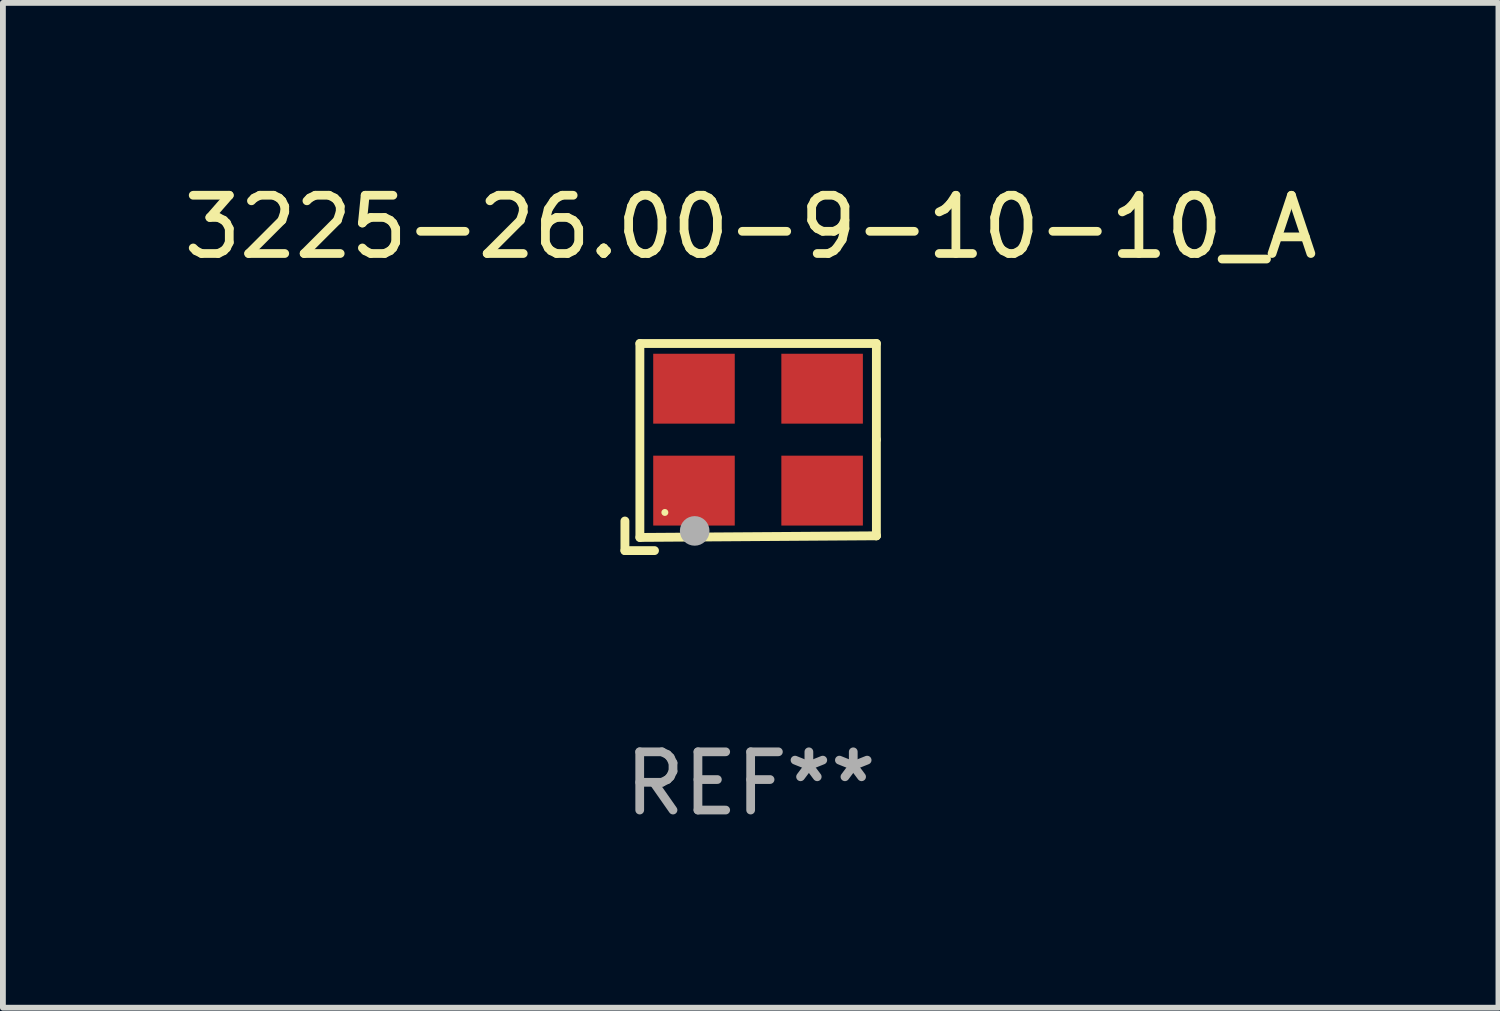
<source format=kicad_pcb>
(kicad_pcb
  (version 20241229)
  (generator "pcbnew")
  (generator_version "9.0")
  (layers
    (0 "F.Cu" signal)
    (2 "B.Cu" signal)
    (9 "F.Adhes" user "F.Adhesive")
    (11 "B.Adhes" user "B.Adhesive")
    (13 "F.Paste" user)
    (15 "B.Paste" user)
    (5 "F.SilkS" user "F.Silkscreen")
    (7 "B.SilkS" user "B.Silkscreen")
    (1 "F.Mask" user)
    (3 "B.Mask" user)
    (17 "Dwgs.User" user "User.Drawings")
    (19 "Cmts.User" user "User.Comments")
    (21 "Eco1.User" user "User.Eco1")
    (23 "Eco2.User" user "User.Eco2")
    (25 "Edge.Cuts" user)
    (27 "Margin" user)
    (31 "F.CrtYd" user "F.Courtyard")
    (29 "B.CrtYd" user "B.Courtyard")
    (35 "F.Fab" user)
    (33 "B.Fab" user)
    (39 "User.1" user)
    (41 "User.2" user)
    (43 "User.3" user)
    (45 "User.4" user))
  (footprint "3225-26.00-9-10-10_A"
    (layer "F.Cu")
    (at 9.839 4.626)
    (property "Reference" "3225-26.00-9-10-10_A" (at 0 -3.778 0) (layer "F.SilkS") (effects (font (size 1 1) (thickness 0.15))))
    (attr through_hole)
    (fp_line (start -2.159 1.27) (end -2.159 1.778) (stroke (width 0.152) (type solid)) (layer "F.SilkS"))
    (fp_line (start -2.159 1.778) (end -1.651 1.778) (stroke (width 0.152) (type solid)) (layer "F.SilkS"))
    (fp_line (start -1.902 -1.778) (end 2.159 -1.778) (stroke (width 0.152) (type solid)) (layer "F.SilkS"))
    (fp_line (start -1.902 1.552) (end -1.902 -1.778) (stroke (width 0.152) (type solid)) (layer "F.SilkS"))
    (fp_line (start 2.159 -1.778) (end 2.159 -0.127) (stroke (width 0.152) (type solid)) (layer "F.SilkS"))
    (fp_line (start 2.159 -0.127) (end 2.159 1.524) (stroke (width 0.152) (type solid)) (layer "F.SilkS"))
    (fp_line (start 2.159 1.524) (end -1.902 1.552) (stroke (width 0.152) (type solid)) (layer "F.SilkS"))
    (fp_line (start 2.159 1.524) (end 2.159 1.524) (stroke (width 0.152) (type solid)) (layer "F.SilkS"))
    (fp_circle (center -1.473 1.123) (end -1.443 1.123) (stroke (width 0.06) (type solid)) (fill no) (layer "F.SilkS"))
    (fp_circle (center -0.961 1.44) (end -0.834 1.44) (stroke (width 0.254) (type solid)) (fill no) (layer "F.Fab"))
    (fp_text user "REF**" (at 0 5.778 0) (layer "F.Fab") (effects (font (size 1 1) (thickness 0.15))))
    (pad "1" smd rect (at -0.973 0.748) (size 1.4 1.2) (layers "F.Cu" "F.Mask" "F.Paste"))
    (pad "2" smd rect (at 1.227 0.748) (size 1.4 1.2) (layers "F.Cu" "F.Mask" "F.Paste"))
    (pad "3" smd rect (at 1.227 -1.002) (size 1.4 1.2) (layers "F.Cu" "F.Mask" "F.Paste"))
    (pad "4" smd rect (at -0.973 -1.002) (size 1.4 1.2) (layers "F.Cu" "F.Mask" "F.Paste")))
  (gr_rect
    (start -3 -3)
    (end 22.679 14.253)
    (stroke (width 0.1) (type default))
    (fill no)
    (layer "Edge.Cuts")))
</source>
